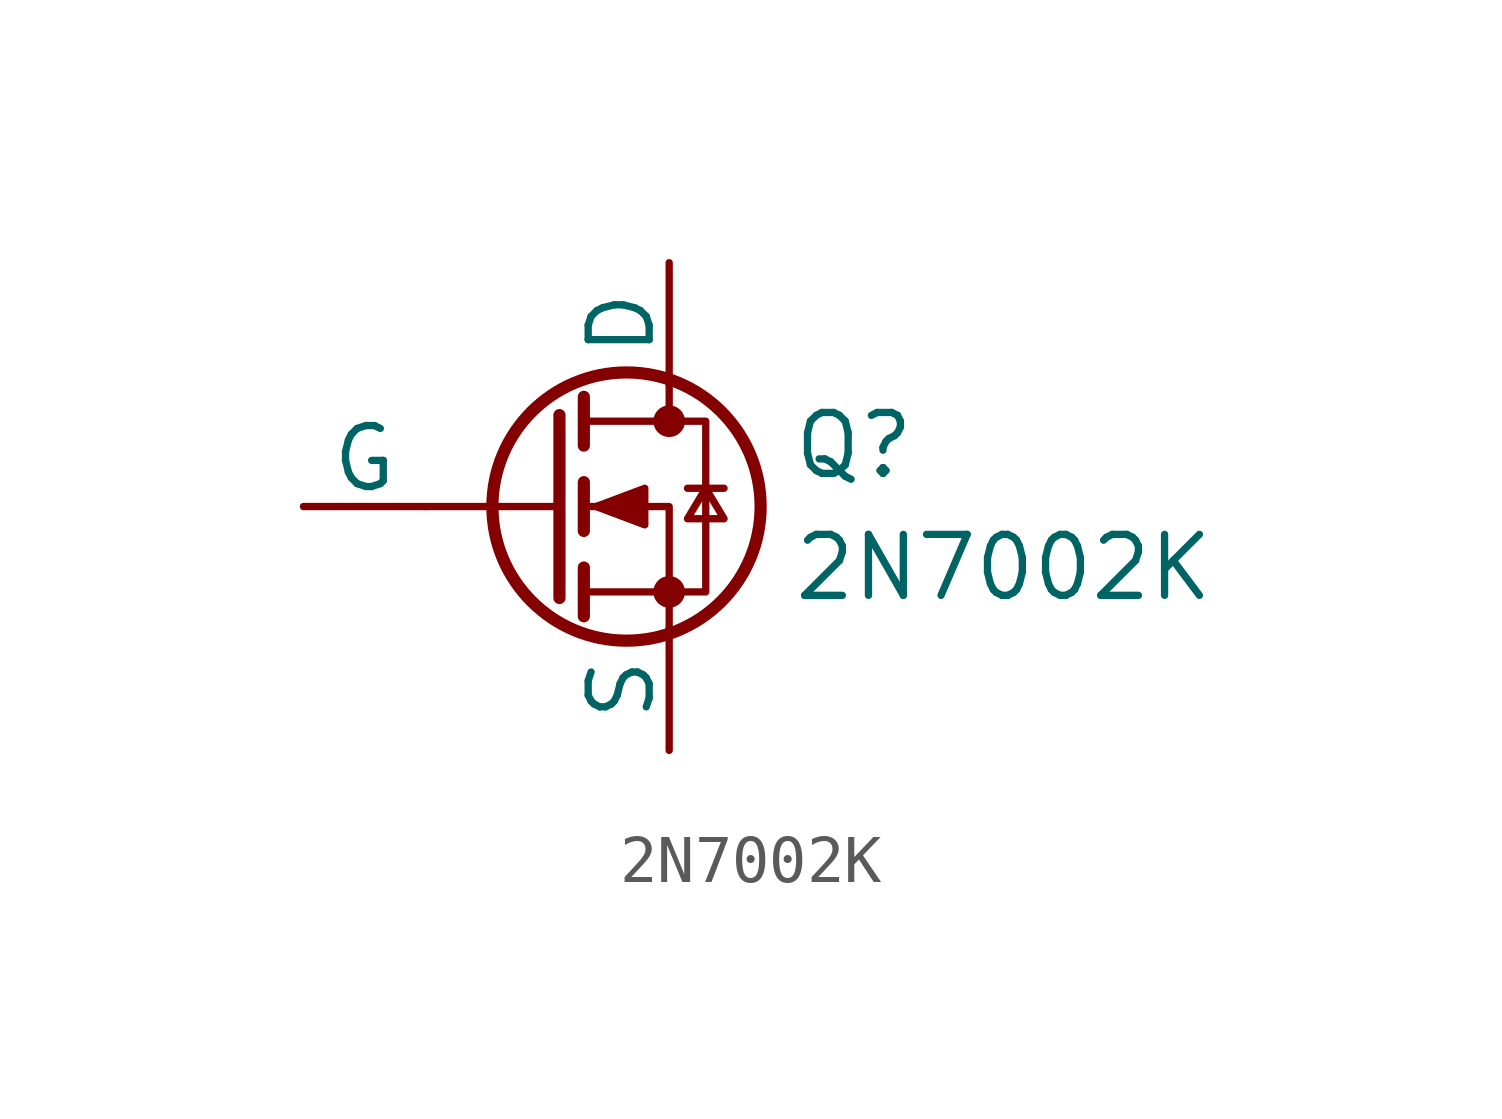
<source format=kicad_sym>
(kicad_symbol_lib
  (version 20241209)
  (generator "kicad_symbol_editor")
  (generator_version "9.0")
  (symbol "2N7002K"
    (pin_numbers
      (hide yes))
    (pin_names
      (offset 0))
    (property "Reference" "Q"
      (at 5.08 1.27 0)
      (effects (font (size 1.27 1.27)) (justify left)))
    (property "Value" "2N7002K"
      (at 5.08 -1.27 0)
      (effects (font (size 1.27 1.27)) (justify left)))
    (symbol "2N7002K_0_1"
      (polyline (pts (xy 0.254 1.905) (xy 0.254 -1.905)) (stroke (width 0.254) (type default)) (fill (type none)))
      (polyline (pts (xy 0.254 0) (xy -2.54 0)) (stroke (width 0) (type default)) (fill (type none)))
      (polyline (pts (xy 0.762 2.286) (xy 0.762 1.27)) (stroke (width 0.254) (type default)) (fill (type none)))
      (polyline (pts (xy 0.762 0.508) (xy 0.762 -0.508)) (stroke (width 0.254) (type default)) (fill (type none)))
      (polyline (pts (xy 0.762 -1.27) (xy 0.762 -2.286)) (stroke (width 0.254) (type default)) (fill (type none)))
      (polyline (pts (xy 0.762 -1.778) (xy 3.302 -1.778) (xy 3.302 1.778) (xy 0.762 1.778)) (stroke (width 0) (type default)) (fill (type none)))
      (polyline (pts (xy 1.016 0) (xy 2.032 0.381) (xy 2.032 -0.381) (xy 1.016 0)) (stroke (width 0) (type default)) (fill (type outline)))
      (circle (center 1.651 0) (radius 2.794) (stroke (width 0.254) (type default)) (fill (type none)))
      (polyline (pts (xy 2.54 2.54) (xy 2.54 1.778)) (stroke (width 0) (type default)) (fill (type none)))
      (circle (center 2.54 1.778) (radius 0.254) (stroke (width 0) (type default)) (fill (type outline)))
      (circle (center 2.54 -1.778) (radius 0.254) (stroke (width 0) (type default)) (fill (type outline)))
      (polyline (pts (xy 2.54 -2.54) (xy 2.54 0) (xy 0.762 0)) (stroke (width 0) (type default)) (fill (type none)))
      (polyline (pts (xy 2.921 0.381) (xy 3.683 0.381)) (stroke (width 0) (type default)) (fill (type none)))
      (polyline (pts (xy 3.302 0.381) (xy 2.921 -0.254) (xy 3.683 -0.254) (xy 3.302 0.381)) (stroke (width 0) (type default)) (fill (type none))))
    (symbol "2N7002K_1_1"
      (pin input line (at -5.08 0 0) (length 2.54) (name "G" (effects (font (size 1.27 1.27)))) (number "1" (effects (font (size 1.27 1.27)))))
      (pin passive line (at 2.54 5.08 270) (length 2.54) (name "D" (effects (font (size 1.27 1.27)))) (number "3" (effects (font (size 1.27 1.27)))))
      (pin passive line (at 2.54 -5.08 90) (length 2.54) (name "S" (effects (font (size 1.27 1.27)))) (number "2" (effects (font (size 1.27 1.27))))))))
</source>
